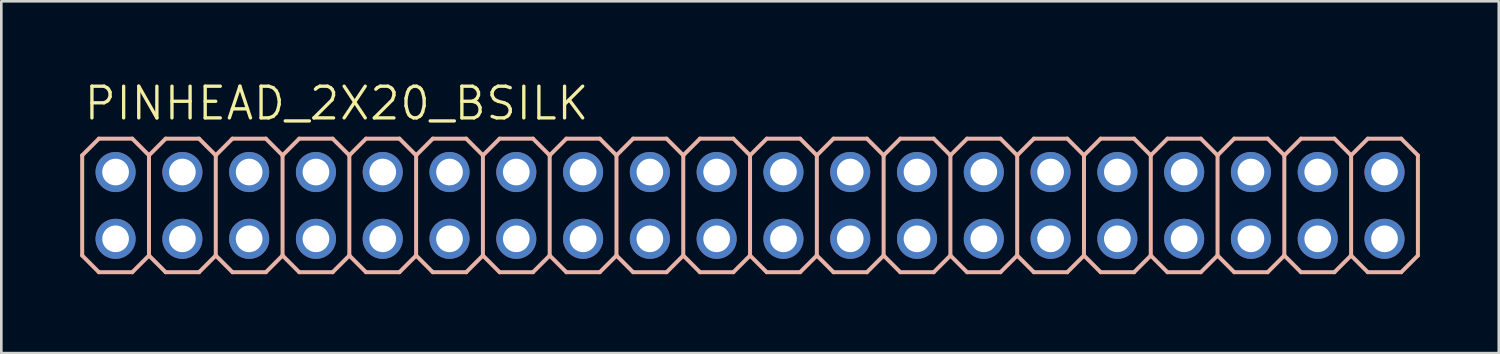
<source format=kicad_pcb>
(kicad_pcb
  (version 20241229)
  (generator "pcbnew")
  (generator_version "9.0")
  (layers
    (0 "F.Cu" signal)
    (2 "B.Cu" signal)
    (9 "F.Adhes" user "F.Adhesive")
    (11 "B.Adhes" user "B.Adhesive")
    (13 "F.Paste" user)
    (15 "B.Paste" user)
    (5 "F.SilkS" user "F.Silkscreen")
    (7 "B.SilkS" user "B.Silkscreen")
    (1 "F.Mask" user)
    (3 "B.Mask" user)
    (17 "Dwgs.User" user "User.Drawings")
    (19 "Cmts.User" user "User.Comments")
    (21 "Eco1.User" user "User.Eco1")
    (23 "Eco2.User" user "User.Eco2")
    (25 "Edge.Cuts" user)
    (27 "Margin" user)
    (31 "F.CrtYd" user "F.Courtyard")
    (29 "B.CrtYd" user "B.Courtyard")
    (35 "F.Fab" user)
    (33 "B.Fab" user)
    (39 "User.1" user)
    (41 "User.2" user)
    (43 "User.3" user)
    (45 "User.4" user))
  (footprint "PINHEAD_2X20_BSILK"
    (layer "F.Cu")
    (at 25.476 4.763)
    (property "Reference" "PINHEAD_2X20_BSILK" (at -25.4 -3.175 0) (layer "F.SilkS") (effects (font (size 1.206 1.206) (thickness 0.127)) (justify left bottom)))
    (attr through_hole)
    (fp_line (start -25.4 -1.905) (end -24.765 -2.54) (stroke (width 0.152) (type solid)) (layer "B.SilkS"))
    (fp_line (start -25.4 1.905) (end -25.4 -1.905) (stroke (width 0.152) (type solid)) (layer "B.SilkS"))
    (fp_line (start -25.4 1.905) (end -24.765 2.54) (stroke (width 0.152) (type solid)) (layer "B.SilkS"))
    (fp_line (start -24.765 -2.54) (end -23.495 -2.54) (stroke (width 0.152) (type solid)) (layer "B.SilkS"))
    (fp_line (start -24.765 2.54) (end -23.495 2.54) (stroke (width 0.152) (type solid)) (layer "B.SilkS"))
    (fp_line (start -23.495 -2.54) (end -22.86 -1.905) (stroke (width 0.152) (type solid)) (layer "B.SilkS"))
    (fp_line (start -23.495 2.54) (end -22.86 1.905) (stroke (width 0.152) (type solid)) (layer "B.SilkS"))
    (fp_line (start -22.86 -1.905) (end -22.86 1.905) (stroke (width 0.152) (type solid)) (layer "B.SilkS"))
    (fp_line (start -22.86 -1.905) (end -22.225 -2.54) (stroke (width 0.152) (type solid)) (layer "B.SilkS"))
    (fp_line (start -22.86 1.905) (end -22.225 2.54) (stroke (width 0.152) (type solid)) (layer "B.SilkS"))
    (fp_line (start -22.225 -2.54) (end -20.955 -2.54) (stroke (width 0.152) (type solid)) (layer "B.SilkS"))
    (fp_line (start -22.225 2.54) (end -20.955 2.54) (stroke (width 0.152) (type solid)) (layer "B.SilkS"))
    (fp_line (start -20.955 -2.54) (end -20.32 -1.905) (stroke (width 0.152) (type solid)) (layer "B.SilkS"))
    (fp_line (start -20.955 2.54) (end -20.32 1.905) (stroke (width 0.152) (type solid)) (layer "B.SilkS"))
    (fp_line (start -20.32 -1.905) (end -20.32 1.905) (stroke (width 0.152) (type solid)) (layer "B.SilkS"))
    (fp_line (start -20.32 -1.905) (end -19.685 -2.54) (stroke (width 0.152) (type solid)) (layer "B.SilkS"))
    (fp_line (start -20.32 1.905) (end -19.685 2.54) (stroke (width 0.152) (type solid)) (layer "B.SilkS"))
    (fp_line (start -19.685 -2.54) (end -18.415 -2.54) (stroke (width 0.152) (type solid)) (layer "B.SilkS"))
    (fp_line (start -19.685 2.54) (end -18.415 2.54) (stroke (width 0.152) (type solid)) (layer "B.SilkS"))
    (fp_line (start -18.415 -2.54) (end -17.78 -1.905) (stroke (width 0.152) (type solid)) (layer "B.SilkS"))
    (fp_line (start -18.415 2.54) (end -17.78 1.905) (stroke (width 0.152) (type solid)) (layer "B.SilkS"))
    (fp_line (start -17.78 -1.905) (end -17.78 1.905) (stroke (width 0.152) (type solid)) (layer "B.SilkS"))
    (fp_line (start -17.78 -1.905) (end -17.145 -2.54) (stroke (width 0.152) (type solid)) (layer "B.SilkS"))
    (fp_line (start -17.78 1.905) (end -17.145 2.54) (stroke (width 0.152) (type solid)) (layer "B.SilkS"))
    (fp_line (start -17.145 -2.54) (end -15.875 -2.54) (stroke (width 0.152) (type solid)) (layer "B.SilkS"))
    (fp_line (start -17.145 2.54) (end -15.875 2.54) (stroke (width 0.152) (type solid)) (layer "B.SilkS"))
    (fp_line (start -15.875 -2.54) (end -15.24 -1.905) (stroke (width 0.152) (type solid)) (layer "B.SilkS"))
    (fp_line (start -15.875 2.54) (end -15.24 1.905) (stroke (width 0.152) (type solid)) (layer "B.SilkS"))
    (fp_line (start -15.24 -1.905) (end -15.24 1.905) (stroke (width 0.152) (type solid)) (layer "B.SilkS"))
    (fp_line (start -15.24 -1.905) (end -14.605 -2.54) (stroke (width 0.152) (type solid)) (layer "B.SilkS"))
    (fp_line (start -15.24 1.905) (end -14.605 2.54) (stroke (width 0.152) (type solid)) (layer "B.SilkS"))
    (fp_line (start -14.605 -2.54) (end -13.335 -2.54) (stroke (width 0.152) (type solid)) (layer "B.SilkS"))
    (fp_line (start -14.605 2.54) (end -13.335 2.54) (stroke (width 0.152) (type solid)) (layer "B.SilkS"))
    (fp_line (start -13.335 -2.54) (end -12.7 -1.905) (stroke (width 0.152) (type solid)) (layer "B.SilkS"))
    (fp_line (start -13.335 2.54) (end -12.7 1.905) (stroke (width 0.152) (type solid)) (layer "B.SilkS"))
    (fp_line (start -12.7 -1.905) (end -12.7 1.905) (stroke (width 0.152) (type solid)) (layer "B.SilkS"))
    (fp_line (start -12.7 -1.905) (end -12.065 -2.54) (stroke (width 0.152) (type solid)) (layer "B.SilkS"))
    (fp_line (start -12.7 1.905) (end -12.065 2.54) (stroke (width 0.152) (type solid)) (layer "B.SilkS"))
    (fp_line (start -12.065 -2.54) (end -10.795 -2.54) (stroke (width 0.152) (type solid)) (layer "B.SilkS"))
    (fp_line (start -12.065 2.54) (end -10.795 2.54) (stroke (width 0.152) (type solid)) (layer "B.SilkS"))
    (fp_line (start -10.795 -2.54) (end -10.16 -1.905) (stroke (width 0.152) (type solid)) (layer "B.SilkS"))
    (fp_line (start -10.795 2.54) (end -10.16 1.905) (stroke (width 0.152) (type solid)) (layer "B.SilkS"))
    (fp_line (start -10.16 -1.905) (end -10.16 1.905) (stroke (width 0.152) (type solid)) (layer "B.SilkS"))
    (fp_line (start -10.16 -1.905) (end -9.525 -2.54) (stroke (width 0.152) (type solid)) (layer "B.SilkS"))
    (fp_line (start -10.16 1.905) (end -9.525 2.54) (stroke (width 0.152) (type solid)) (layer "B.SilkS"))
    (fp_line (start -9.525 -2.54) (end -8.255 -2.54) (stroke (width 0.152) (type solid)) (layer "B.SilkS"))
    (fp_line (start -8.255 -2.54) (end -7.62 -1.905) (stroke (width 0.152) (type solid)) (layer "B.SilkS"))
    (fp_line (start -8.255 2.54) (end -9.525 2.54) (stroke (width 0.152) (type solid)) (layer "B.SilkS"))
    (fp_line (start -7.62 -1.905) (end -7.62 1.905) (stroke (width 0.152) (type solid)) (layer "B.SilkS"))
    (fp_line (start -7.62 -1.905) (end -6.985 -2.54) (stroke (width 0.152) (type solid)) (layer "B.SilkS"))
    (fp_line (start -7.62 1.905) (end -8.255 2.54) (stroke (width 0.152) (type solid)) (layer "B.SilkS"))
    (fp_line (start -7.62 1.905) (end -6.985 2.54) (stroke (width 0.152) (type solid)) (layer "B.SilkS"))
    (fp_line (start -6.985 -2.54) (end -5.715 -2.54) (stroke (width 0.152) (type solid)) (layer "B.SilkS"))
    (fp_line (start -5.715 -2.54) (end -5.08 -1.905) (stroke (width 0.152) (type solid)) (layer "B.SilkS"))
    (fp_line (start -5.715 2.54) (end -6.985 2.54) (stroke (width 0.152) (type solid)) (layer "B.SilkS"))
    (fp_line (start -5.08 -1.905) (end -5.08 1.905) (stroke (width 0.152) (type solid)) (layer "B.SilkS"))
    (fp_line (start -5.08 -1.905) (end -4.445 -2.54) (stroke (width 0.152) (type solid)) (layer "B.SilkS"))
    (fp_line (start -5.08 1.905) (end -5.715 2.54) (stroke (width 0.152) (type solid)) (layer "B.SilkS"))
    (fp_line (start -5.08 1.905) (end -4.445 2.54) (stroke (width 0.152) (type solid)) (layer "B.SilkS"))
    (fp_line (start -4.445 -2.54) (end -3.175 -2.54) (stroke (width 0.152) (type solid)) (layer "B.SilkS"))
    (fp_line (start -3.175 -2.54) (end -2.54 -1.905) (stroke (width 0.152) (type solid)) (layer "B.SilkS"))
    (fp_line (start -3.175 2.54) (end -4.445 2.54) (stroke (width 0.152) (type solid)) (layer "B.SilkS"))
    (fp_line (start -2.54 -1.905) (end -2.54 1.905) (stroke (width 0.152) (type solid)) (layer "B.SilkS"))
    (fp_line (start -2.54 -1.905) (end -1.905 -2.54) (stroke (width 0.152) (type solid)) (layer "B.SilkS"))
    (fp_line (start -2.54 1.905) (end -3.175 2.54) (stroke (width 0.152) (type solid)) (layer "B.SilkS"))
    (fp_line (start -2.54 1.905) (end -1.905 2.54) (stroke (width 0.152) (type solid)) (layer "B.SilkS"))
    (fp_line (start -1.905 -2.54) (end -0.635 -2.54) (stroke (width 0.152) (type solid)) (layer "B.SilkS"))
    (fp_line (start -0.635 -2.54) (end 0 -1.905) (stroke (width 0.152) (type solid)) (layer "B.SilkS"))
    (fp_line (start -0.635 2.54) (end -1.905 2.54) (stroke (width 0.152) (type solid)) (layer "B.SilkS"))
    (fp_line (start 0 -1.905) (end 0 1.905) (stroke (width 0.152) (type solid)) (layer "B.SilkS"))
    (fp_line (start 0 -1.905) (end 0.635 -2.54) (stroke (width 0.152) (type solid)) (layer "B.SilkS"))
    (fp_line (start 0 1.905) (end -0.635 2.54) (stroke (width 0.152) (type solid)) (layer "B.SilkS"))
    (fp_line (start 0 1.905) (end 0.635 2.54) (stroke (width 0.152) (type solid)) (layer "B.SilkS"))
    (fp_line (start 0.635 -2.54) (end 1.905 -2.54) (stroke (width 0.152) (type solid)) (layer "B.SilkS"))
    (fp_line (start 1.905 -2.54) (end 2.54 -1.905) (stroke (width 0.152) (type solid)) (layer "B.SilkS"))
    (fp_line (start 1.905 2.54) (end 0.635 2.54) (stroke (width 0.152) (type solid)) (layer "B.SilkS"))
    (fp_line (start 2.54 -1.905) (end 2.54 1.905) (stroke (width 0.152) (type solid)) (layer "B.SilkS"))
    (fp_line (start 2.54 -1.905) (end 3.175 -2.54) (stroke (width 0.152) (type solid)) (layer "B.SilkS"))
    (fp_line (start 2.54 1.905) (end 1.905 2.54) (stroke (width 0.152) (type solid)) (layer "B.SilkS"))
    (fp_line (start 2.54 1.905) (end 3.175 2.54) (stroke (width 0.152) (type solid)) (layer "B.SilkS"))
    (fp_line (start 3.175 -2.54) (end 4.445 -2.54) (stroke (width 0.152) (type solid)) (layer "B.SilkS"))
    (fp_line (start 4.445 2.54) (end 3.175 2.54) (stroke (width 0.152) (type solid)) (layer "B.SilkS"))
    (fp_line (start 5.08 -1.905) (end 4.445 -2.54) (stroke (width 0.152) (type solid)) (layer "B.SilkS"))
    (fp_line (start 5.08 -1.905) (end 5.08 1.905) (stroke (width 0.152) (type solid)) (layer "B.SilkS"))
    (fp_line (start 5.08 -1.905) (end 5.715 -2.54) (stroke (width 0.152) (type solid)) (layer "B.SilkS"))
    (fp_line (start 5.08 1.905) (end 4.445 2.54) (stroke (width 0.152) (type solid)) (layer "B.SilkS"))
    (fp_line (start 5.08 1.905) (end 5.715 2.54) (stroke (width 0.152) (type solid)) (layer "B.SilkS"))
    (fp_line (start 6.985 -2.54) (end 5.715 -2.54) (stroke (width 0.152) (type solid)) (layer "B.SilkS"))
    (fp_line (start 6.985 -2.54) (end 7.62 -1.905) (stroke (width 0.152) (type solid)) (layer "B.SilkS"))
    (fp_line (start 6.985 2.54) (end 5.715 2.54) (stroke (width 0.152) (type solid)) (layer "B.SilkS"))
    (fp_line (start 7.62 -1.905) (end 7.62 1.905) (stroke (width 0.152) (type solid)) (layer "B.SilkS"))
    (fp_line (start 7.62 -1.905) (end 8.255 -2.54) (stroke (width 0.152) (type solid)) (layer "B.SilkS"))
    (fp_line (start 7.62 1.905) (end 6.985 2.54) (stroke (width 0.152) (type solid)) (layer "B.SilkS"))
    (fp_line (start 7.62 1.905) (end 8.255 2.54) (stroke (width 0.152) (type solid)) (layer "B.SilkS"))
    (fp_line (start 9.525 -2.54) (end 8.255 -2.54) (stroke (width 0.152) (type solid)) (layer "B.SilkS"))
    (fp_line (start 9.525 -2.54) (end 10.16 -1.905) (stroke (width 0.152) (type solid)) (layer "B.SilkS"))
    (fp_line (start 9.525 2.54) (end 8.255 2.54) (stroke (width 0.152) (type solid)) (layer "B.SilkS"))
    (fp_line (start 10.16 -1.905) (end 10.16 1.905) (stroke (width 0.152) (type solid)) (layer "B.SilkS"))
    (fp_line (start 10.16 -1.905) (end 10.795 -2.54) (stroke (width 0.152) (type solid)) (layer "B.SilkS"))
    (fp_line (start 10.16 1.905) (end 9.525 2.54) (stroke (width 0.152) (type solid)) (layer "B.SilkS"))
    (fp_line (start 10.795 2.54) (end 10.16 1.905) (stroke (width 0.152) (type solid)) (layer "B.SilkS"))
    (fp_line (start 10.795 2.54) (end 12.065 2.54) (stroke (width 0.152) (type solid)) (layer "B.SilkS"))
    (fp_line (start 12.065 -2.54) (end 10.795 -2.54) (stroke (width 0.152) (type solid)) (layer "B.SilkS"))
    (fp_line (start 12.065 -2.54) (end 12.7 -1.905) (stroke (width 0.152) (type solid)) (layer "B.SilkS"))
    (fp_line (start 12.7 -1.905) (end 12.7 1.905) (stroke (width 0.152) (type solid)) (layer "B.SilkS"))
    (fp_line (start 12.7 -1.905) (end 13.335 -2.54) (stroke (width 0.152) (type solid)) (layer "B.SilkS"))
    (fp_line (start 12.7 1.905) (end 12.065 2.54) (stroke (width 0.152) (type solid)) (layer "B.SilkS"))
    (fp_line (start 13.335 2.54) (end 12.7 1.905) (stroke (width 0.152) (type solid)) (layer "B.SilkS"))
    (fp_line (start 13.335 2.54) (end 14.605 2.54) (stroke (width 0.152) (type solid)) (layer "B.SilkS"))
    (fp_line (start 14.605 -2.54) (end 13.335 -2.54) (stroke (width 0.152) (type solid)) (layer "B.SilkS"))
    (fp_line (start 14.605 -2.54) (end 15.24 -1.905) (stroke (width 0.152) (type solid)) (layer "B.SilkS"))
    (fp_line (start 15.24 -1.905) (end 15.24 1.905) (stroke (width 0.152) (type solid)) (layer "B.SilkS"))
    (fp_line (start 15.24 -1.905) (end 15.875 -2.54) (stroke (width 0.152) (type solid)) (layer "B.SilkS"))
    (fp_line (start 15.24 1.905) (end 14.605 2.54) (stroke (width 0.152) (type solid)) (layer "B.SilkS"))
    (fp_line (start 15.24 1.905) (end 15.875 2.54) (stroke (width 0.152) (type solid)) (layer "B.SilkS"))
    (fp_line (start 17.145 -2.54) (end 15.875 -2.54) (stroke (width 0.152) (type solid)) (layer "B.SilkS"))
    (fp_line (start 17.145 -2.54) (end 17.78 -1.905) (stroke (width 0.152) (type solid)) (layer "B.SilkS"))
    (fp_line (start 17.145 2.54) (end 15.875 2.54) (stroke (width 0.152) (type solid)) (layer "B.SilkS"))
    (fp_line (start 17.78 -1.905) (end 17.78 1.905) (stroke (width 0.152) (type solid)) (layer "B.SilkS"))
    (fp_line (start 17.78 -1.905) (end 18.415 -2.54) (stroke (width 0.152) (type solid)) (layer "B.SilkS"))
    (fp_line (start 17.78 1.905) (end 17.145 2.54) (stroke (width 0.152) (type solid)) (layer "B.SilkS"))
    (fp_line (start 17.78 1.905) (end 18.415 2.54) (stroke (width 0.152) (type solid)) (layer "B.SilkS"))
    (fp_line (start 19.685 -2.54) (end 18.415 -2.54) (stroke (width 0.152) (type solid)) (layer "B.SilkS"))
    (fp_line (start 19.685 -2.54) (end 20.32 -1.905) (stroke (width 0.152) (type solid)) (layer "B.SilkS"))
    (fp_line (start 19.685 2.54) (end 18.415 2.54) (stroke (width 0.152) (type solid)) (layer "B.SilkS"))
    (fp_line (start 20.32 -1.905) (end 20.32 1.905) (stroke (width 0.152) (type solid)) (layer "B.SilkS"))
    (fp_line (start 20.32 -1.905) (end 20.955 -2.54) (stroke (width 0.152) (type solid)) (layer "B.SilkS"))
    (fp_line (start 20.32 1.905) (end 19.685 2.54) (stroke (width 0.152) (type solid)) (layer "B.SilkS"))
    (fp_line (start 20.32 1.905) (end 20.955 2.54) (stroke (width 0.152) (type solid)) (layer "B.SilkS"))
    (fp_line (start 22.225 -2.54) (end 20.955 -2.54) (stroke (width 0.152) (type solid)) (layer "B.SilkS"))
    (fp_line (start 22.225 -2.54) (end 22.86 -1.905) (stroke (width 0.152) (type solid)) (layer "B.SilkS"))
    (fp_line (start 22.225 2.54) (end 20.955 2.54) (stroke (width 0.152) (type solid)) (layer "B.SilkS"))
    (fp_line (start 22.86 -1.905) (end 22.86 1.905) (stroke (width 0.152) (type solid)) (layer "B.SilkS"))
    (fp_line (start 22.86 -1.905) (end 23.495 -2.54) (stroke (width 0.152) (type solid)) (layer "B.SilkS"))
    (fp_line (start 22.86 1.905) (end 22.225 2.54) (stroke (width 0.152) (type solid)) (layer "B.SilkS"))
    (fp_line (start 22.86 1.905) (end 23.495 2.54) (stroke (width 0.152) (type solid)) (layer "B.SilkS"))
    (fp_line (start 24.765 -2.54) (end 23.495 -2.54) (stroke (width 0.152) (type solid)) (layer "B.SilkS"))
    (fp_line (start 24.765 -2.54) (end 25.4 -1.905) (stroke (width 0.152) (type solid)) (layer "B.SilkS"))
    (fp_line (start 24.765 2.54) (end 23.495 2.54) (stroke (width 0.152) (type solid)) (layer "B.SilkS"))
    (fp_line (start 25.4 -1.905) (end 25.4 1.905) (stroke (width 0.152) (type solid)) (layer "B.SilkS"))
    (fp_line (start 25.4 1.905) (end 24.765 2.54) (stroke (width 0.152) (type solid)) (layer "B.SilkS"))
    (fp_poly (pts (xy -24.384 -1.016) (xy -23.876 -1.016) (xy -23.876 -1.524) (xy -24.384 -1.524)) (stroke (width 0) (type solid)) (fill yes) (layer "B.SilkS"))
    (fp_poly (pts (xy -24.384 1.524) (xy -23.876 1.524) (xy -23.876 1.016) (xy -24.384 1.016)) (stroke (width 0) (type solid)) (fill yes) (layer "B.SilkS"))
    (fp_poly (pts (xy -21.844 -1.016) (xy -21.336 -1.016) (xy -21.336 -1.524) (xy -21.844 -1.524)) (stroke (width 0) (type solid)) (fill yes) (layer "B.SilkS"))
    (fp_poly (pts (xy -21.844 1.524) (xy -21.336 1.524) (xy -21.336 1.016) (xy -21.844 1.016)) (stroke (width 0) (type solid)) (fill yes) (layer "B.SilkS"))
    (fp_poly (pts (xy -19.304 -1.016) (xy -18.796 -1.016) (xy -18.796 -1.524) (xy -19.304 -1.524)) (stroke (width 0) (type solid)) (fill yes) (layer "B.SilkS"))
    (fp_poly (pts (xy -19.304 1.524) (xy -18.796 1.524) (xy -18.796 1.016) (xy -19.304 1.016)) (stroke (width 0) (type solid)) (fill yes) (layer "B.SilkS"))
    (fp_poly (pts (xy -16.764 -1.016) (xy -16.256 -1.016) (xy -16.256 -1.524) (xy -16.764 -1.524)) (stroke (width 0) (type solid)) (fill yes) (layer "B.SilkS"))
    (fp_poly (pts (xy -16.764 1.524) (xy -16.256 1.524) (xy -16.256 1.016) (xy -16.764 1.016)) (stroke (width 0) (type solid)) (fill yes) (layer "B.SilkS"))
    (fp_poly (pts (xy -14.224 -1.016) (xy -13.716 -1.016) (xy -13.716 -1.524) (xy -14.224 -1.524)) (stroke (width 0) (type solid)) (fill yes) (layer "B.SilkS"))
    (fp_poly (pts (xy -14.224 1.524) (xy -13.716 1.524) (xy -13.716 1.016) (xy -14.224 1.016)) (stroke (width 0) (type solid)) (fill yes) (layer "B.SilkS"))
    (fp_poly (pts (xy -11.684 -1.016) (xy -11.176 -1.016) (xy -11.176 -1.524) (xy -11.684 -1.524)) (stroke (width 0) (type solid)) (fill yes) (layer "B.SilkS"))
    (fp_poly (pts (xy -11.684 1.524) (xy -11.176 1.524) (xy -11.176 1.016) (xy -11.684 1.016)) (stroke (width 0) (type solid)) (fill yes) (layer "B.SilkS"))
    (fp_poly (pts (xy -9.144 -1.016) (xy -8.636 -1.016) (xy -8.636 -1.524) (xy -9.144 -1.524)) (stroke (width 0) (type solid)) (fill yes) (layer "B.SilkS"))
    (fp_poly (pts (xy -9.144 1.524) (xy -8.636 1.524) (xy -8.636 1.016) (xy -9.144 1.016)) (stroke (width 0) (type solid)) (fill yes) (layer "B.SilkS"))
    (fp_poly (pts (xy -6.604 -1.016) (xy -6.096 -1.016) (xy -6.096 -1.524) (xy -6.604 -1.524)) (stroke (width 0) (type solid)) (fill yes) (layer "B.SilkS"))
    (fp_poly (pts (xy -6.604 1.524) (xy -6.096 1.524) (xy -6.096 1.016) (xy -6.604 1.016)) (stroke (width 0) (type solid)) (fill yes) (layer "B.SilkS"))
    (fp_poly (pts (xy -4.064 -1.016) (xy -3.556 -1.016) (xy -3.556 -1.524) (xy -4.064 -1.524)) (stroke (width 0) (type solid)) (fill yes) (layer "B.SilkS"))
    (fp_poly (pts (xy -4.064 1.524) (xy -3.556 1.524) (xy -3.556 1.016) (xy -4.064 1.016)) (stroke (width 0) (type solid)) (fill yes) (layer "B.SilkS"))
    (fp_poly (pts (xy -1.524 -1.016) (xy -1.016 -1.016) (xy -1.016 -1.524) (xy -1.524 -1.524)) (stroke (width 0) (type solid)) (fill yes) (layer "B.SilkS"))
    (fp_poly (pts (xy -1.524 1.524) (xy -1.016 1.524) (xy -1.016 1.016) (xy -1.524 1.016)) (stroke (width 0) (type solid)) (fill yes) (layer "B.SilkS"))
    (fp_poly (pts (xy 1.016 -1.016) (xy 1.524 -1.016) (xy 1.524 -1.524) (xy 1.016 -1.524)) (stroke (width 0) (type solid)) (fill yes) (layer "B.SilkS"))
    (fp_poly (pts (xy 1.016 1.524) (xy 1.524 1.524) (xy 1.524 1.016) (xy 1.016 1.016)) (stroke (width 0) (type solid)) (fill yes) (layer "B.SilkS"))
    (fp_poly (pts (xy 3.556 -1.016) (xy 4.064 -1.016) (xy 4.064 -1.524) (xy 3.556 -1.524)) (stroke (width 0) (type solid)) (fill yes) (layer "B.SilkS"))
    (fp_poly (pts (xy 3.556 1.524) (xy 4.064 1.524) (xy 4.064 1.016) (xy 3.556 1.016)) (stroke (width 0) (type solid)) (fill yes) (layer "B.SilkS"))
    (fp_poly (pts (xy 6.096 -1.016) (xy 6.604 -1.016) (xy 6.604 -1.524) (xy 6.096 -1.524)) (stroke (width 0) (type solid)) (fill yes) (layer "B.SilkS"))
    (fp_poly (pts (xy 6.096 1.524) (xy 6.604 1.524) (xy 6.604 1.016) (xy 6.096 1.016)) (stroke (width 0) (type solid)) (fill yes) (layer "B.SilkS"))
    (fp_poly (pts (xy 8.636 -1.016) (xy 9.144 -1.016) (xy 9.144 -1.524) (xy 8.636 -1.524)) (stroke (width 0) (type solid)) (fill yes) (layer "B.SilkS"))
    (fp_poly (pts (xy 8.636 1.524) (xy 9.144 1.524) (xy 9.144 1.016) (xy 8.636 1.016)) (stroke (width 0) (type solid)) (fill yes) (layer "B.SilkS"))
    (fp_poly (pts (xy 11.176 -1.016) (xy 11.684 -1.016) (xy 11.684 -1.524) (xy 11.176 -1.524)) (stroke (width 0) (type solid)) (fill yes) (layer "B.SilkS"))
    (fp_poly (pts (xy 11.176 1.524) (xy 11.684 1.524) (xy 11.684 1.016) (xy 11.176 1.016)) (stroke (width 0) (type solid)) (fill yes) (layer "B.SilkS"))
    (fp_poly (pts (xy 13.716 -1.016) (xy 14.224 -1.016) (xy 14.224 -1.524) (xy 13.716 -1.524)) (stroke (width 0) (type solid)) (fill yes) (layer "B.SilkS"))
    (fp_poly (pts (xy 13.716 1.524) (xy 14.224 1.524) (xy 14.224 1.016) (xy 13.716 1.016)) (stroke (width 0) (type solid)) (fill yes) (layer "B.SilkS"))
    (fp_poly (pts (xy 16.256 -1.016) (xy 16.764 -1.016) (xy 16.764 -1.524) (xy 16.256 -1.524)) (stroke (width 0) (type solid)) (fill yes) (layer "B.SilkS"))
    (fp_poly (pts (xy 16.256 1.524) (xy 16.764 1.524) (xy 16.764 1.016) (xy 16.256 1.016)) (stroke (width 0) (type solid)) (fill yes) (layer "B.SilkS"))
    (fp_poly (pts (xy 18.796 -1.016) (xy 19.304 -1.016) (xy 19.304 -1.524) (xy 18.796 -1.524)) (stroke (width 0) (type solid)) (fill yes) (layer "B.SilkS"))
    (fp_poly (pts (xy 18.796 1.524) (xy 19.304 1.524) (xy 19.304 1.016) (xy 18.796 1.016)) (stroke (width 0) (type solid)) (fill yes) (layer "B.SilkS"))
    (fp_poly (pts (xy 21.336 -1.016) (xy 21.844 -1.016) (xy 21.844 -1.524) (xy 21.336 -1.524)) (stroke (width 0) (type solid)) (fill yes) (layer "B.SilkS"))
    (fp_poly (pts (xy 21.336 1.524) (xy 21.844 1.524) (xy 21.844 1.016) (xy 21.336 1.016)) (stroke (width 0) (type solid)) (fill yes) (layer "B.SilkS"))
    (fp_poly (pts (xy 23.876 -1.016) (xy 24.384 -1.016) (xy 24.384 -1.524) (xy 23.876 -1.524)) (stroke (width 0) (type solid)) (fill yes) (layer "B.SilkS"))
    (fp_poly (pts (xy 23.876 1.524) (xy 24.384 1.524) (xy 24.384 1.016) (xy 23.876 1.016)) (stroke (width 0) (type solid)) (fill yes) (layer "B.SilkS"))
    (pad "1" thru_hole circle (at -24.13 1.27) (size 1.524 1.524) (drill 1.016) (layers "*.Cu" "*.Mask"))
    (pad "2" thru_hole circle (at -24.13 -1.27) (size 1.524 1.524) (drill 1.016) (layers "*.Cu" "*.Mask"))
    (pad "3" thru_hole circle (at -21.59 1.27) (size 1.524 1.524) (drill 1.016) (layers "*.Cu" "*.Mask"))
    (pad "4" thru_hole circle (at -21.59 -1.27) (size 1.524 1.524) (drill 1.016) (layers "*.Cu" "*.Mask"))
    (pad "5" thru_hole circle (at -19.05 1.27) (size 1.524 1.524) (drill 1.016) (layers "*.Cu" "*.Mask"))
    (pad "6" thru_hole circle (at -19.05 -1.27) (size 1.524 1.524) (drill 1.016) (layers "*.Cu" "*.Mask"))
    (pad "7" thru_hole circle (at -16.51 1.27) (size 1.524 1.524) (drill 1.016) (layers "*.Cu" "*.Mask"))
    (pad "8" thru_hole circle (at -16.51 -1.27) (size 1.524 1.524) (drill 1.016) (layers "*.Cu" "*.Mask"))
    (pad "9" thru_hole circle (at -13.97 1.27) (size 1.524 1.524) (drill 1.016) (layers "*.Cu" "*.Mask"))
    (pad "10" thru_hole circle (at -13.97 -1.27) (size 1.524 1.524) (drill 1.016) (layers "*.Cu" "*.Mask"))
    (pad "11" thru_hole circle (at -11.43 1.27) (size 1.524 1.524) (drill 1.016) (layers "*.Cu" "*.Mask"))
    (pad "12" thru_hole circle (at -11.43 -1.27) (size 1.524 1.524) (drill 1.016) (layers "*.Cu" "*.Mask"))
    (pad "13" thru_hole circle (at -8.89 1.27) (size 1.524 1.524) (drill 1.016) (layers "*.Cu" "*.Mask"))
    (pad "14" thru_hole circle (at -8.89 -1.27) (size 1.524 1.524) (drill 1.016) (layers "*.Cu" "*.Mask"))
    (pad "15" thru_hole circle (at -6.35 1.27) (size 1.524 1.524) (drill 1.016) (layers "*.Cu" "*.Mask"))
    (pad "16" thru_hole circle (at -6.35 -1.27) (size 1.524 1.524) (drill 1.016) (layers "*.Cu" "*.Mask"))
    (pad "17" thru_hole circle (at -3.81 1.27) (size 1.524 1.524) (drill 1.016) (layers "*.Cu" "*.Mask"))
    (pad "18" thru_hole circle (at -3.81 -1.27) (size 1.524 1.524) (drill 1.016) (layers "*.Cu" "*.Mask"))
    (pad "19" thru_hole circle (at -1.27 1.27) (size 1.524 1.524) (drill 1.016) (layers "*.Cu" "*.Mask"))
    (pad "20" thru_hole circle (at -1.27 -1.27) (size 1.524 1.524) (drill 1.016) (layers "*.Cu" "*.Mask"))
    (pad "21" thru_hole circle (at 1.27 1.27) (size 1.524 1.524) (drill 1.016) (layers "*.Cu" "*.Mask"))
    (pad "22" thru_hole circle (at 1.27 -1.27) (size 1.524 1.524) (drill 1.016) (layers "*.Cu" "*.Mask"))
    (pad "23" thru_hole circle (at 3.81 1.27) (size 1.524 1.524) (drill 1.016) (layers "*.Cu" "*.Mask"))
    (pad "24" thru_hole circle (at 3.81 -1.27) (size 1.524 1.524) (drill 1.016) (layers "*.Cu" "*.Mask"))
    (pad "25" thru_hole circle (at 6.35 1.27) (size 1.524 1.524) (drill 1.016) (layers "*.Cu" "*.Mask"))
    (pad "26" thru_hole circle (at 6.35 -1.27) (size 1.524 1.524) (drill 1.016) (layers "*.Cu" "*.Mask"))
    (pad "27" thru_hole circle (at 8.89 1.27) (size 1.524 1.524) (drill 1.016) (layers "*.Cu" "*.Mask"))
    (pad "28" thru_hole circle (at 8.89 -1.27) (size 1.524 1.524) (drill 1.016) (layers "*.Cu" "*.Mask"))
    (pad "29" thru_hole circle (at 11.43 1.27) (size 1.524 1.524) (drill 1.016) (layers "*.Cu" "*.Mask"))
    (pad "30" thru_hole circle (at 11.43 -1.27) (size 1.524 1.524) (drill 1.016) (layers "*.Cu" "*.Mask"))
    (pad "31" thru_hole circle (at 13.97 1.27) (size 1.524 1.524) (drill 1.016) (layers "*.Cu" "*.Mask"))
    (pad "32" thru_hole circle (at 13.97 -1.27) (size 1.524 1.524) (drill 1.016) (layers "*.Cu" "*.Mask"))
    (pad "33" thru_hole circle (at 16.51 1.27) (size 1.524 1.524) (drill 1.016) (layers "*.Cu" "*.Mask"))
    (pad "34" thru_hole circle (at 16.51 -1.27) (size 1.524 1.524) (drill 1.016) (layers "*.Cu" "*.Mask"))
    (pad "35" thru_hole circle (at 19.05 1.27) (size 1.524 1.524) (drill 1.016) (layers "*.Cu" "*.Mask"))
    (pad "36" thru_hole circle (at 19.05 -1.27) (size 1.524 1.524) (drill 1.016) (layers "*.Cu" "*.Mask"))
    (pad "37" thru_hole circle (at 21.59 1.27) (size 1.524 1.524) (drill 1.016) (layers "*.Cu" "*.Mask"))
    (pad "38" thru_hole circle (at 21.59 -1.27) (size 1.524 1.524) (drill 1.016) (layers "*.Cu" "*.Mask"))
    (pad "39" thru_hole circle (at 24.13 1.27) (size 1.524 1.524) (drill 1.016) (layers "*.Cu" "*.Mask"))
    (pad "40" thru_hole circle (at 24.13 -1.27) (size 1.524 1.524) (drill 1.016) (layers "*.Cu" "*.Mask")))
  (gr_rect
    (start -3 -3)
    (end 53.952 10.379)
    (stroke (width 0.1) (type default))
    (fill no)
    (layer "Edge.Cuts")))
</source>
